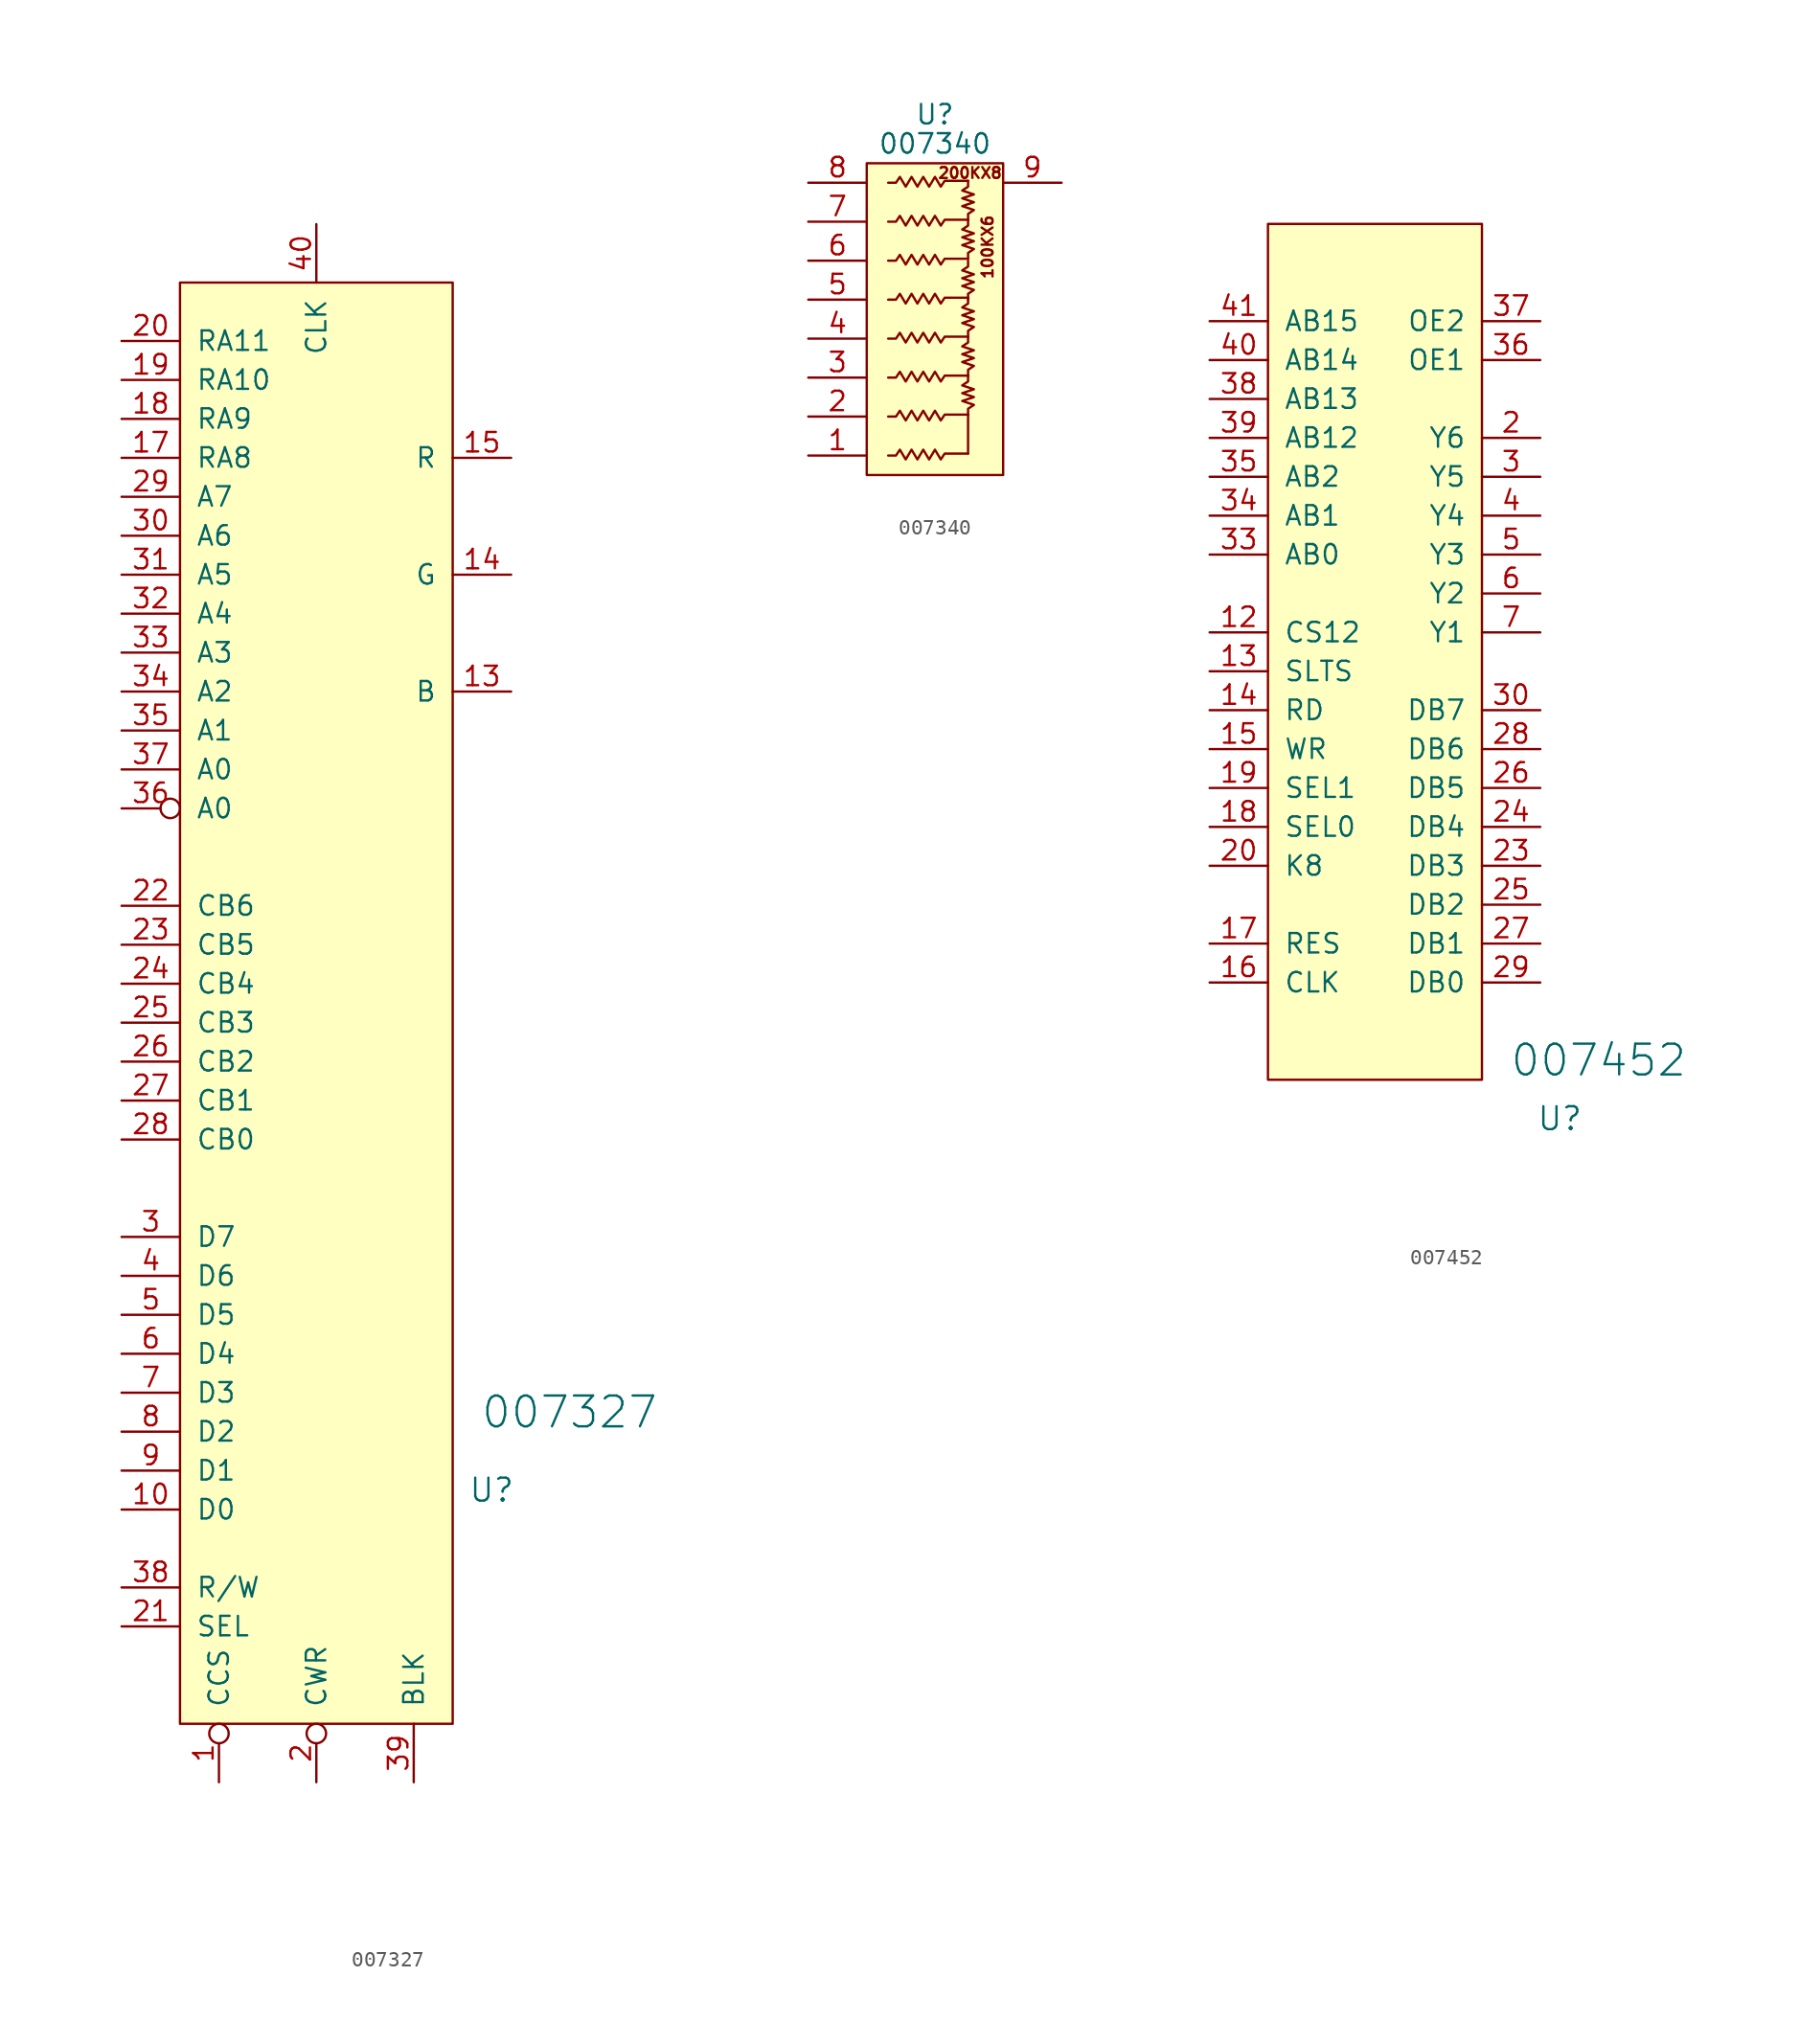
<source format=kicad_sym>
(kicad_symbol_lib
  (version 20231120)
  (generator "kicad_symbol_editor")
  (generator_version "8.0")
  (symbol "007327"
    (pin_names
      (offset 1.016))
    (property "Reference" "U"
      (at 20.32 -78.74 0)
      (effects (font (size 1.499 1.499))))
    (property "Value" "007327"
      (at 25.4 -73.66 0)
      (effects (font (size 2.007 2.007))))
    (symbol "007327_0_0"
      (rectangle (start 0 -93.98) (end 17.78 0) (stroke (width 0) (type default)) (fill (type background))))
    (symbol "007327_1_1"
      (pin input inverted (at 2.54 -97.79 90) (length 3.81) (name "CCS" (effects (font (size 1.27 1.27)))) (number "1" (effects (font (size 1.27 1.27)))))
      (pin input line (at -3.81 -80.01 0) (length 3.81) (name "D0" (effects (font (size 1.27 1.27)))) (number "10" (effects (font (size 1.27 1.27)))))
      (pin input line (at 21.59 -53.34 180) (length 3.81) hide (name "VCC" (effects (font (size 1.27 1.27)))) (number "12" (effects (font (size 1.27 1.27)))))
      (pin input line (at 21.59 -26.67 180) (length 3.81) (name "B" (effects (font (size 1.27 1.27)))) (number "13" (effects (font (size 1.27 1.27)))))
      (pin input line (at 21.59 -19.05 180) (length 3.81) (name "G" (effects (font (size 1.27 1.27)))) (number "14" (effects (font (size 1.27 1.27)))))
      (pin input line (at 21.59 -11.43 180) (length 3.81) (name "R" (effects (font (size 1.27 1.27)))) (number "15" (effects (font (size 1.27 1.27)))))
      (pin input line (at 21.59 -64.77 180) (length 3.81) hide (name "GND" (effects (font (size 1.27 1.27)))) (number "16" (effects (font (size 1.27 1.27)))))
      (pin input line (at -3.81 -11.43 0) (length 3.81) (name "RA8" (effects (font (size 1.27 1.27)))) (number "17" (effects (font (size 1.27 1.27)))))
      (pin input line (at 21.59 -62.23 180) (length 3.81) hide (name "~" (effects (font (size 1.27 1.27)))) (number "17" (effects (font (size 1.27 1.27)))))
      (pin input line (at -3.81 -8.89 0) (length 3.81) (name "RA9" (effects (font (size 1.27 1.27)))) (number "18" (effects (font (size 1.27 1.27)))))
      (pin input line (at -3.81 -6.35 0) (length 3.81) (name "RA10" (effects (font (size 1.27 1.27)))) (number "19" (effects (font (size 1.27 1.27)))))
      (pin input inverted (at 8.89 -97.79 90) (length 3.81) (name "CWR" (effects (font (size 1.27 1.27)))) (number "2" (effects (font (size 1.27 1.27)))))
      (pin input line (at -3.81 -3.81 0) (length 3.81) (name "RA11" (effects (font (size 1.27 1.27)))) (number "20" (effects (font (size 1.27 1.27)))))
      (pin input line (at -3.81 -87.63 0) (length 3.81) (name "SEL" (effects (font (size 1.27 1.27)))) (number "21" (effects (font (size 1.27 1.27)))))
      (pin input line (at -3.81 -40.64 0) (length 3.81) (name "CB6" (effects (font (size 1.27 1.27)))) (number "22" (effects (font (size 1.27 1.27)))))
      (pin input line (at -3.81 -43.18 0) (length 3.81) (name "CB5" (effects (font (size 1.27 1.27)))) (number "23" (effects (font (size 1.27 1.27)))))
      (pin input line (at -3.81 -45.72 0) (length 3.81) (name "CB4" (effects (font (size 1.27 1.27)))) (number "24" (effects (font (size 1.27 1.27)))))
      (pin input line (at -3.81 -48.26 0) (length 3.81) (name "CB3" (effects (font (size 1.27 1.27)))) (number "25" (effects (font (size 1.27 1.27)))))
      (pin input line (at -3.81 -50.8 0) (length 3.81) (name "CB2" (effects (font (size 1.27 1.27)))) (number "26" (effects (font (size 1.27 1.27)))))
      (pin input line (at -3.81 -53.34 0) (length 3.81) (name "CB1" (effects (font (size 1.27 1.27)))) (number "27" (effects (font (size 1.27 1.27)))))
      (pin input line (at -3.81 -55.88 0) (length 3.81) (name "CB0" (effects (font (size 1.27 1.27)))) (number "28" (effects (font (size 1.27 1.27)))))
      (pin input line (at -3.81 -13.97 0) (length 3.81) (name "A7" (effects (font (size 1.27 1.27)))) (number "29" (effects (font (size 1.27 1.27)))))
      (pin input line (at -3.81 -62.23 0) (length 3.81) (name "D7" (effects (font (size 1.27 1.27)))) (number "3" (effects (font (size 1.27 1.27)))))
      (pin input line (at -3.81 -16.51 0) (length 3.81) (name "A6" (effects (font (size 1.27 1.27)))) (number "30" (effects (font (size 1.27 1.27)))))
      (pin input line (at -3.81 -19.05 0) (length 3.81) (name "A5" (effects (font (size 1.27 1.27)))) (number "31" (effects (font (size 1.27 1.27)))))
      (pin input line (at -3.81 -21.59 0) (length 3.81) (name "A4" (effects (font (size 1.27 1.27)))) (number "32" (effects (font (size 1.27 1.27)))))
      (pin input line (at -3.81 -24.13 0) (length 3.81) (name "A3" (effects (font (size 1.27 1.27)))) (number "33" (effects (font (size 1.27 1.27)))))
      (pin input line (at -3.81 -26.67 0) (length 3.81) (name "A2" (effects (font (size 1.27 1.27)))) (number "34" (effects (font (size 1.27 1.27)))))
      (pin input line (at -3.81 -29.21 0) (length 3.81) (name "A1" (effects (font (size 1.27 1.27)))) (number "35" (effects (font (size 1.27 1.27)))))
      (pin input inverted (at -3.81 -34.29 0) (length 3.81) (name "A0" (effects (font (size 1.27 1.27)))) (number "36" (effects (font (size 1.27 1.27)))))
      (pin input line (at -3.81 -31.75 0) (length 3.81) (name "A0" (effects (font (size 1.27 1.27)))) (number "37" (effects (font (size 1.27 1.27)))))
      (pin input line (at -3.81 -85.09 0) (length 3.81) (name "R/W" (effects (font (size 1.27 1.27)))) (number "38" (effects (font (size 1.27 1.27)))))
      (pin input line (at 15.24 -97.79 90) (length 3.81) (name "BLK" (effects (font (size 1.27 1.27)))) (number "39" (effects (font (size 1.27 1.27)))))
      (pin input line (at -3.81 -64.77 0) (length 3.81) (name "D6" (effects (font (size 1.27 1.27)))) (number "4" (effects (font (size 1.27 1.27)))))
      (pin input line (at 8.89 3.81 270) (length 3.81) (name "CLK" (effects (font (size 1.27 1.27)))) (number "40" (effects (font (size 1.27 1.27)))))
      (pin input line (at -3.81 -67.31 0) (length 3.81) (name "D5" (effects (font (size 1.27 1.27)))) (number "5" (effects (font (size 1.27 1.27)))))
      (pin input line (at -3.81 -69.85 0) (length 3.81) (name "D4" (effects (font (size 1.27 1.27)))) (number "6" (effects (font (size 1.27 1.27)))))
      (pin input line (at -3.81 -72.39 0) (length 3.81) (name "D3" (effects (font (size 1.27 1.27)))) (number "7" (effects (font (size 1.27 1.27)))))
      (pin input line (at -3.81 -74.93 0) (length 3.81) (name "D2" (effects (font (size 1.27 1.27)))) (number "8" (effects (font (size 1.27 1.27)))))
      (pin input line (at -3.81 -77.47 0) (length 3.81) (name "D1" (effects (font (size 1.27 1.27)))) (number "9" (effects (font (size 1.27 1.27)))))))
  (symbol "007340"
    (pin_names
      (offset 1.016))
    (property "Reference" "U"
      (at 4.445 3.175 0)
      (effects (font (size 1.27 1.27))))
    (property "Value" "007340"
      (at 4.445 1.27 0)
      (effects (font (size 1.27 1.27))))
    (symbol "007340_0_0"
      (polyline (pts (xy 6.604 -18.923) (xy 6.604 -16.383)) (stroke (width 0) (type default)) (fill (type none)))
      (polyline (pts (xy 6.604 -16.383) (xy 6.604 -16.002) (xy 6.985 -15.748) (xy 6.223 -15.494) (xy 6.985 -15.24) (xy 6.223 -14.986) (xy 6.985 -14.732) (xy 6.223 -14.478) (xy 6.604 -14.224) (xy 6.604 -13.843)) (stroke (width 0) (type default)) (fill (type none)))
      (polyline (pts (xy 1.397 -1.27) (xy 1.905 -1.27) (xy 2.159 -0.889) (xy 2.54 -1.524) (xy 2.921 -0.889) (xy 3.302 -1.524) (xy 3.683 -0.889) (xy 4.064 -1.524) (xy 4.445 -0.889) (xy 4.826 -1.524) (xy 5.08 -1.143) (xy 6.604 -1.143)) (stroke (width 0) (type default)) (fill (type none)))
      (rectangle (start 0 0) (end 8.89 -20.32) (stroke (width 0) (type default)) (fill (type background)))
      (text "100KX6" (at 7.874 -5.461 900) (effects (font (size 0.711 0.711))))
      (text "200KX8" (at 6.731 -0.635 0) (effects (font (size 0.711 0.711))))
      (pin input line (at -3.81 -19.05 0) (length 3.81) (name "~" (effects (font (size 1.27 1.27)))) (number "1" (effects (font (size 1.27 1.27)))))
      (pin input line (at -3.81 -16.51 0) (length 3.81) (name "~" (effects (font (size 1.27 1.27)))) (number "2" (effects (font (size 1.27 1.27)))))
      (pin input line (at -3.81 -13.97 0) (length 3.81) (name "~" (effects (font (size 1.27 1.27)))) (number "3" (effects (font (size 1.27 1.27)))))
      (pin input line (at -3.81 -11.43 0) (length 3.81) (name "~" (effects (font (size 1.27 1.27)))) (number "4" (effects (font (size 1.27 1.27)))))
      (pin input line (at -3.81 -8.89 0) (length 3.81) (name "~" (effects (font (size 1.27 1.27)))) (number "5" (effects (font (size 1.27 1.27)))))
      (pin input line (at -3.81 -6.35 0) (length 3.81) (name "~" (effects (font (size 1.27 1.27)))) (number "6" (effects (font (size 1.27 1.27)))))
      (pin input line (at -3.81 -3.81 0) (length 3.81) (name "~" (effects (font (size 1.27 1.27)))) (number "7" (effects (font (size 1.27 1.27)))))
      (pin input line (at -3.81 -1.27 0) (length 3.81) (name "~" (effects (font (size 1.27 1.27)))) (number "8" (effects (font (size 1.27 1.27)))))
      (pin input line (at 12.7 -1.27 180) (length 3.81) (name "~" (effects (font (size 1.27 1.27)))) (number "9" (effects (font (size 1.27 1.27))))))
    (symbol "007340_1_1"
      (polyline (pts (xy 6.604 -13.843) (xy 6.604 -13.462) (xy 6.985 -13.208) (xy 6.223 -12.954) (xy 6.985 -12.7) (xy 6.223 -12.446) (xy 6.985 -12.192) (xy 6.223 -11.938) (xy 6.604 -11.684) (xy 6.604 -11.303)) (stroke (width 0) (type default)) (fill (type none)))
      (polyline (pts (xy 6.604 -11.303) (xy 6.604 -10.922) (xy 6.985 -10.668) (xy 6.223 -10.414) (xy 6.985 -10.16) (xy 6.223 -9.906) (xy 6.985 -9.652) (xy 6.223 -9.398) (xy 6.604 -9.144) (xy 6.604 -8.763)) (stroke (width 0) (type default)) (fill (type none)))
      (polyline (pts (xy 6.604 -8.89) (xy 6.604 -8.509) (xy 6.985 -8.255) (xy 6.223 -8.001) (xy 6.985 -7.747) (xy 6.223 -7.493) (xy 6.985 -7.239) (xy 6.223 -6.985) (xy 6.604 -6.731) (xy 6.604 -6.35)) (stroke (width 0) (type default)) (fill (type none)))
      (polyline (pts (xy 6.604 -6.223) (xy 6.604 -5.842) (xy 6.985 -5.588) (xy 6.223 -5.334) (xy 6.985 -5.08) (xy 6.223 -4.826) (xy 6.985 -4.572) (xy 6.223 -4.318) (xy 6.604 -4.064) (xy 6.604 -3.683)) (stroke (width 0) (type default)) (fill (type none)))
      (polyline (pts (xy 6.604 -3.683) (xy 6.604 -3.302) (xy 6.985 -3.048) (xy 6.223 -2.794) (xy 6.985 -2.54) (xy 6.223 -2.286) (xy 6.985 -2.032) (xy 6.223 -1.778) (xy 6.604 -1.524) (xy 6.604 -1.143)) (stroke (width 0) (type default)) (fill (type none)))
      (polyline (pts (xy 1.397 -19.05) (xy 1.905 -19.05) (xy 2.159 -18.669) (xy 2.54 -19.304) (xy 2.921 -18.669) (xy 3.302 -19.304) (xy 3.683 -18.669) (xy 4.064 -19.304) (xy 4.445 -18.669) (xy 4.826 -19.304) (xy 5.08 -18.923) (xy 6.604 -18.923)) (stroke (width 0) (type default)) (fill (type none)))
      (polyline (pts (xy 1.397 -16.51) (xy 1.905 -16.51) (xy 2.159 -16.129) (xy 2.54 -16.764) (xy 2.921 -16.129) (xy 3.302 -16.764) (xy 3.683 -16.129) (xy 4.064 -16.764) (xy 4.445 -16.129) (xy 4.826 -16.764) (xy 5.08 -16.383) (xy 6.604 -16.383)) (stroke (width 0) (type default)) (fill (type none)))
      (polyline (pts (xy 1.397 -13.97) (xy 1.905 -13.97) (xy 2.159 -13.589) (xy 2.54 -14.224) (xy 2.921 -13.589) (xy 3.302 -14.224) (xy 3.683 -13.589) (xy 4.064 -14.224) (xy 4.445 -13.589) (xy 4.826 -14.224) (xy 5.08 -13.843) (xy 6.604 -13.843)) (stroke (width 0) (type default)) (fill (type none)))
      (polyline (pts (xy 1.397 -11.43) (xy 1.905 -11.43) (xy 2.159 -11.049) (xy 2.54 -11.684) (xy 2.921 -11.049) (xy 3.302 -11.684) (xy 3.683 -11.049) (xy 4.064 -11.684) (xy 4.445 -11.049) (xy 4.826 -11.684) (xy 5.08 -11.303) (xy 6.604 -11.303)) (stroke (width 0) (type default)) (fill (type none)))
      (polyline (pts (xy 1.397 -8.89) (xy 1.905 -8.89) (xy 2.159 -8.509) (xy 2.54 -9.144) (xy 2.921 -8.509) (xy 3.302 -9.144) (xy 3.683 -8.509) (xy 4.064 -9.144) (xy 4.445 -8.509) (xy 4.826 -9.144) (xy 5.08 -8.763) (xy 6.604 -8.763)) (stroke (width 0) (type default)) (fill (type none)))
      (polyline (pts (xy 1.397 -6.35) (xy 1.905 -6.35) (xy 2.159 -5.969) (xy 2.54 -6.604) (xy 2.921 -5.969) (xy 3.302 -6.604) (xy 3.683 -5.969) (xy 4.064 -6.604) (xy 4.445 -5.969) (xy 4.826 -6.604) (xy 5.08 -6.223) (xy 6.604 -6.223)) (stroke (width 0) (type default)) (fill (type none)))
      (polyline (pts (xy 1.397 -3.81) (xy 1.905 -3.81) (xy 2.159 -3.429) (xy 2.54 -4.064) (xy 2.921 -3.429) (xy 3.302 -4.064) (xy 3.683 -3.429) (xy 4.064 -4.064) (xy 4.445 -3.429) (xy 4.826 -4.064) (xy 5.08 -3.683) (xy 6.604 -3.683)) (stroke (width 0) (type default)) (fill (type none)))))
  (symbol "007452"
    (pin_names
      (offset 1.016))
    (property "Reference" "U"
      (at 19.05 -58.42 0)
      (effects (font (size 1.499 1.499))))
    (property "Value" "007452"
      (at 21.59 -54.61 0)
      (effects (font (size 2.007 2.007))))
    (symbol "007452_0_0"
      (rectangle (start 0 0) (end 13.97 -55.88) (stroke (width 0) (type default)) (fill (type background))))
    (symbol "007452_1_1"
      (pin input line (at 1.27 -59.69 90) (length 3.81) hide (name "GND" (effects (font (size 1.27 1.27)))) (number "1" (effects (font (size 1.27 1.27)))))
      (pin input line (at 5.08 -59.69 90) (length 3.81) hide (name "GND" (effects (font (size 1.27 1.27)))) (number "11" (effects (font (size 1.27 1.27)))))
      (pin input line (at -3.81 -26.67 0) (length 3.81) (name "CS12" (effects (font (size 1.27 1.27)))) (number "12" (effects (font (size 1.27 1.27)))))
      (pin input line (at -3.81 -29.21 0) (length 3.81) (name "SLTS" (effects (font (size 1.27 1.27)))) (number "13" (effects (font (size 1.27 1.27)))))
      (pin input line (at -3.81 -31.75 0) (length 3.81) (name "RD" (effects (font (size 1.27 1.27)))) (number "14" (effects (font (size 1.27 1.27)))))
      (pin input line (at -3.81 -34.29 0) (length 3.81) (name "WR" (effects (font (size 1.27 1.27)))) (number "15" (effects (font (size 1.27 1.27)))))
      (pin input line (at -3.81 -49.53 0) (length 3.81) (name "CLK" (effects (font (size 1.27 1.27)))) (number "16" (effects (font (size 1.27 1.27)))))
      (pin input line (at -3.81 -46.99 0) (length 3.81) (name "RES" (effects (font (size 1.27 1.27)))) (number "17" (effects (font (size 1.27 1.27)))))
      (pin input line (at -3.81 -39.37 0) (length 3.81) (name "SEL0" (effects (font (size 1.27 1.27)))) (number "18" (effects (font (size 1.27 1.27)))))
      (pin input line (at -3.81 -36.83 0) (length 3.81) (name "SEL1" (effects (font (size 1.27 1.27)))) (number "19" (effects (font (size 1.27 1.27)))))
      (pin input line (at 17.78 -13.97 180) (length 3.81) (name "Y6" (effects (font (size 1.27 1.27)))) (number "2" (effects (font (size 1.27 1.27)))))
      (pin input line (at -3.81 -41.91 0) (length 3.81) (name "K8" (effects (font (size 1.27 1.27)))) (number "20" (effects (font (size 1.27 1.27)))))
      (pin input line (at 3.81 3.81 270) (length 3.81) hide (name "VCC" (effects (font (size 1.27 1.27)))) (number "21" (effects (font (size 1.27 1.27)))))
      (pin input line (at 8.89 -59.69 90) (length 3.81) hide (name "GND" (effects (font (size 1.27 1.27)))) (number "22" (effects (font (size 1.27 1.27)))))
      (pin input line (at 17.78 -41.91 180) (length 3.81) (name "DB3" (effects (font (size 1.27 1.27)))) (number "23" (effects (font (size 1.27 1.27)))))
      (pin input line (at 17.78 -39.37 180) (length 3.81) (name "DB4" (effects (font (size 1.27 1.27)))) (number "24" (effects (font (size 1.27 1.27)))))
      (pin input line (at 17.78 -44.45 180) (length 3.81) (name "DB2" (effects (font (size 1.27 1.27)))) (number "25" (effects (font (size 1.27 1.27)))))
      (pin input line (at 17.78 -36.83 180) (length 3.81) (name "DB5" (effects (font (size 1.27 1.27)))) (number "26" (effects (font (size 1.27 1.27)))))
      (pin input line (at 17.78 -46.99 180) (length 3.81) (name "DB1" (effects (font (size 1.27 1.27)))) (number "27" (effects (font (size 1.27 1.27)))))
      (pin input line (at 17.78 -34.29 180) (length 3.81) (name "DB6" (effects (font (size 1.27 1.27)))) (number "28" (effects (font (size 1.27 1.27)))))
      (pin input line (at 17.78 -49.53 180) (length 3.81) (name "DB0" (effects (font (size 1.27 1.27)))) (number "29" (effects (font (size 1.27 1.27)))))
      (pin input line (at 17.78 -16.51 180) (length 3.81) (name "Y5" (effects (font (size 1.27 1.27)))) (number "3" (effects (font (size 1.27 1.27)))))
      (pin input line (at 17.78 -31.75 180) (length 3.81) (name "DB7" (effects (font (size 1.27 1.27)))) (number "30" (effects (font (size 1.27 1.27)))))
      (pin input line (at 12.7 -59.69 90) (length 3.81) hide (name "GND" (effects (font (size 1.27 1.27)))) (number "32" (effects (font (size 1.27 1.27)))))
      (pin input line (at -3.81 -21.59 0) (length 3.81) (name "AB0" (effects (font (size 1.27 1.27)))) (number "33" (effects (font (size 1.27 1.27)))))
      (pin input line (at -3.81 -19.05 0) (length 3.81) (name "AB1" (effects (font (size 1.27 1.27)))) (number "34" (effects (font (size 1.27 1.27)))))
      (pin input line (at -3.81 -16.51 0) (length 3.81) (name "AB2" (effects (font (size 1.27 1.27)))) (number "35" (effects (font (size 1.27 1.27)))))
      (pin input line (at 17.78 -8.89 180) (length 3.81) (name "OE1" (effects (font (size 1.27 1.27)))) (number "36" (effects (font (size 1.27 1.27)))))
      (pin input line (at 17.78 -6.35 180) (length 3.81) (name "OE2" (effects (font (size 1.27 1.27)))) (number "37" (effects (font (size 1.27 1.27)))))
      (pin input line (at -3.81 -11.43 0) (length 3.81) (name "AB13" (effects (font (size 1.27 1.27)))) (number "38" (effects (font (size 1.27 1.27)))))
      (pin input line (at -3.81 -13.97 0) (length 3.81) (name "AB12" (effects (font (size 1.27 1.27)))) (number "39" (effects (font (size 1.27 1.27)))))
      (pin input line (at 17.78 -19.05 180) (length 3.81) (name "Y4" (effects (font (size 1.27 1.27)))) (number "4" (effects (font (size 1.27 1.27)))))
      (pin input line (at -3.81 -8.89 0) (length 3.81) (name "AB14" (effects (font (size 1.27 1.27)))) (number "40" (effects (font (size 1.27 1.27)))))
      (pin input line (at -3.81 -6.35 0) (length 3.81) (name "AB15" (effects (font (size 1.27 1.27)))) (number "41" (effects (font (size 1.27 1.27)))))
      (pin input line (at 10.16 3.81 270) (length 3.81) hide (name "VCC" (effects (font (size 1.27 1.27)))) (number "42" (effects (font (size 1.27 1.27)))))
      (pin input line (at 17.78 -21.59 180) (length 3.81) (name "Y3" (effects (font (size 1.27 1.27)))) (number "5" (effects (font (size 1.27 1.27)))))
      (pin input line (at 17.78 -24.13 180) (length 3.81) (name "Y2" (effects (font (size 1.27 1.27)))) (number "6" (effects (font (size 1.27 1.27)))))
      (pin input line (at 17.78 -26.67 180) (length 3.81) (name "Y1" (effects (font (size 1.27 1.27)))) (number "7" (effects (font (size 1.27 1.27))))))))
</source>
